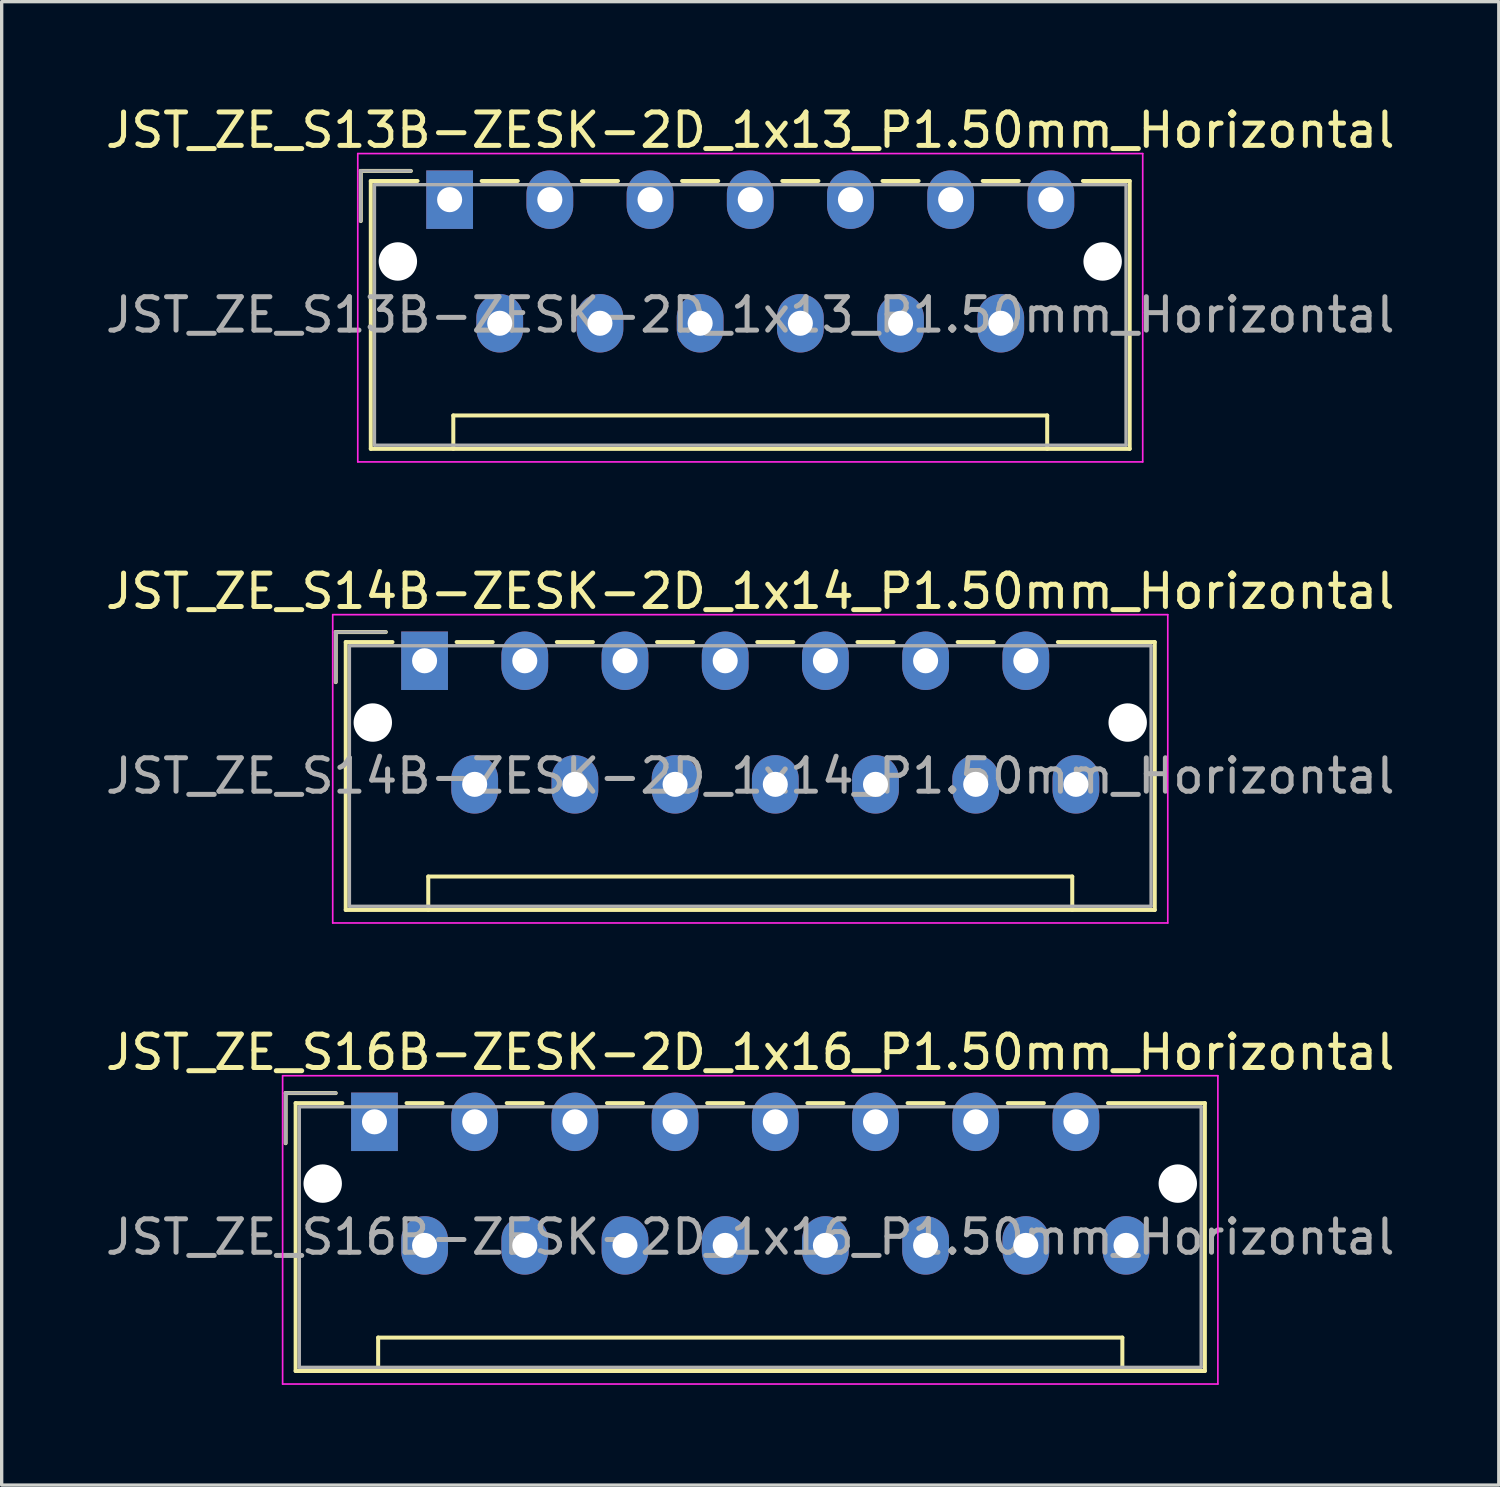
<source format=kicad_pcb>
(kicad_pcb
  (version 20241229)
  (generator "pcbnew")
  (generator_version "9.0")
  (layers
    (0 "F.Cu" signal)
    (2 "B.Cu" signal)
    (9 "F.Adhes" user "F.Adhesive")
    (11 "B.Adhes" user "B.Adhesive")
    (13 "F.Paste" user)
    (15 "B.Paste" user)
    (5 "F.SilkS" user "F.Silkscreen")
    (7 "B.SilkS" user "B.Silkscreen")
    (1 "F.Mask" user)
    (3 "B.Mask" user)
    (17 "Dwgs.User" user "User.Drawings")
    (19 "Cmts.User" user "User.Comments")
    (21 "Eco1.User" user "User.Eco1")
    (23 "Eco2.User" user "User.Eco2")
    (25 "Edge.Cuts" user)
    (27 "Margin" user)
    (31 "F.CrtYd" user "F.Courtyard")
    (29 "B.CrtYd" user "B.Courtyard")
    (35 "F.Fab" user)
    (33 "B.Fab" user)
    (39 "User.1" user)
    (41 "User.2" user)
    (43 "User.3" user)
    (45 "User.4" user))
  (footprint "JST_ZE_S16B-ZESK-2D_1x16_P1.50mm_Horizontal"
    (layer "F.Cu")
    (at 8.161 30.535)
    (property "Reference" "JST_ZE_S16B-ZESK-2D_1x16_P1.50mm_Horizontal" (at 11.25 -2.08 0) (layer "F.SilkS") (effects (font (size 1 1) (thickness 0.15))))
    (attr through_hole)
    (fp_line (start -2.66 -0.86) (end -1.16 -0.86) (stroke (width 0.12) (type solid)) (layer "F.SilkS"))
    (fp_line (start -2.66 0.64) (end -2.66 -0.86) (stroke (width 0.12) (type solid)) (layer "F.SilkS"))
    (fp_line (start -2.36 -0.56) (end -2.36 7.46) (stroke (width 0.12) (type solid)) (layer "F.SilkS"))
    (fp_line (start -2.36 7.46) (end 24.86 7.46) (stroke (width 0.12) (type solid)) (layer "F.SilkS"))
    (fp_line (start -0.96 -0.56) (end -2.36 -0.56) (stroke (width 0.12) (type solid)) (layer "F.SilkS"))
    (fp_line (start 0.11 6.46) (end 22.39 6.46) (stroke (width 0.12) (type solid)) (layer "F.SilkS"))
    (fp_line (start 0.11 7.46) (end 0.11 6.46) (stroke (width 0.12) (type solid)) (layer "F.SilkS"))
    (fp_line (start 0.96 -0.56) (end 2.04 -0.56) (stroke (width 0.12) (type solid)) (layer "F.SilkS"))
    (fp_line (start 3.96 -0.56) (end 5.04 -0.56) (stroke (width 0.12) (type solid)) (layer "F.SilkS"))
    (fp_line (start 6.96 -0.56) (end 8.04 -0.56) (stroke (width 0.12) (type solid)) (layer "F.SilkS"))
    (fp_line (start 9.96 -0.56) (end 11.04 -0.56) (stroke (width 0.12) (type solid)) (layer "F.SilkS"))
    (fp_line (start 12.96 -0.56) (end 14.04 -0.56) (stroke (width 0.12) (type solid)) (layer "F.SilkS"))
    (fp_line (start 15.96 -0.56) (end 17.04 -0.56) (stroke (width 0.12) (type solid)) (layer "F.SilkS"))
    (fp_line (start 18.96 -0.56) (end 20.04 -0.56) (stroke (width 0.12) (type solid)) (layer "F.SilkS"))
    (fp_line (start 22.39 6.46) (end 22.39 7.46) (stroke (width 0.12) (type solid)) (layer "F.SilkS"))
    (fp_line (start 24.86 -0.56) (end 21.96 -0.56) (stroke (width 0.12) (type solid)) (layer "F.SilkS"))
    (fp_line (start 24.86 7.46) (end 24.86 -0.56) (stroke (width 0.12) (type solid)) (layer "F.SilkS"))
    (fp_line (start -2.75 -1.38) (end -2.75 7.85) (stroke (width 0.05) (type solid)) (layer "F.CrtYd"))
    (fp_line (start -2.75 7.85) (end 25.25 7.85) (stroke (width 0.05) (type solid)) (layer "F.CrtYd"))
    (fp_line (start 25.25 -1.38) (end -2.75 -1.38) (stroke (width 0.05) (type solid)) (layer "F.CrtYd"))
    (fp_line (start 25.25 7.85) (end 25.25 -1.38) (stroke (width 0.05) (type solid)) (layer "F.CrtYd"))
    (fp_line (start -2.66 -0.86) (end -1.16 -0.86) (stroke (width 0.1) (type solid)) (layer "F.Fab"))
    (fp_line (start -2.66 0.64) (end -2.66 -0.86) (stroke (width 0.1) (type solid)) (layer "F.Fab"))
    (fp_line (start -2.25 -0.45) (end -2.25 7.35) (stroke (width 0.1) (type solid)) (layer "F.Fab"))
    (fp_line (start -2.25 7.35) (end 24.75 7.35) (stroke (width 0.1) (type solid)) (layer "F.Fab"))
    (fp_line (start 24.75 -0.45) (end -2.25 -0.45) (stroke (width 0.1) (type solid)) (layer "F.Fab"))
    (fp_line (start 24.75 7.35) (end 24.75 -0.45) (stroke (width 0.1) (type solid)) (layer "F.Fab"))
    (fp_text user "${REFERENCE}" (at 11.25 3.45 0) (layer "F.Fab") (effects (font (size 1 1) (thickness 0.15))))
    (pad "" np_thru_hole circle (at -1.55 1.85) (size 1.15 1.15) (drill 1.15) (layers "*.Cu" "*.Mask"))
    (pad "" np_thru_hole circle (at 24.05 1.85) (size 1.15 1.15) (drill 1.15) (layers "*.Cu" "*.Mask"))
    (pad "1" thru_hole rect (at 0 0) (size 1.4 1.75) (drill 0.75) (layers "*.Cu" "*.Mask"))
    (pad "2" thru_hole oval (at 1.5 3.7) (size 1.4 1.75) (drill 0.75) (layers "*.Cu" "*.Mask"))
    (pad "3" thru_hole oval (at 3 0) (size 1.4 1.75) (drill 0.75) (layers "*.Cu" "*.Mask"))
    (pad "4" thru_hole oval (at 4.5 3.7) (size 1.4 1.75) (drill 0.75) (layers "*.Cu" "*.Mask"))
    (pad "5" thru_hole oval (at 6 0) (size 1.4 1.75) (drill 0.75) (layers "*.Cu" "*.Mask"))
    (pad "6" thru_hole oval (at 7.5 3.7) (size 1.4 1.75) (drill 0.75) (layers "*.Cu" "*.Mask"))
    (pad "7" thru_hole oval (at 9 0) (size 1.4 1.75) (drill 0.75) (layers "*.Cu" "*.Mask"))
    (pad "8" thru_hole oval (at 10.5 3.7) (size 1.4 1.75) (drill 0.75) (layers "*.Cu" "*.Mask"))
    (pad "9" thru_hole oval (at 12 0) (size 1.4 1.75) (drill 0.75) (layers "*.Cu" "*.Mask"))
    (pad "10" thru_hole oval (at 13.5 3.7) (size 1.4 1.75) (drill 0.75) (layers "*.Cu" "*.Mask"))
    (pad "11" thru_hole oval (at 15 0) (size 1.4 1.75) (drill 0.75) (layers "*.Cu" "*.Mask"))
    (pad "12" thru_hole oval (at 16.5 3.7) (size 1.4 1.75) (drill 0.75) (layers "*.Cu" "*.Mask"))
    (pad "13" thru_hole oval (at 18 0) (size 1.4 1.75) (drill 0.75) (layers "*.Cu" "*.Mask"))
    (pad "14" thru_hole oval (at 19.5 3.7) (size 1.4 1.75) (drill 0.75) (layers "*.Cu" "*.Mask"))
    (pad "15" thru_hole oval (at 21 0) (size 1.4 1.75) (drill 0.75) (layers "*.Cu" "*.Mask"))
    (pad "16" thru_hole oval (at 22.5 3.7) (size 1.4 1.75) (drill 0.75) (layers "*.Cu" "*.Mask")))
  (footprint "JST_ZE_S13B-ZESK-2D_1x13_P1.50mm_Horizontal"
    (layer "F.Cu")
    (at 10.411 2.928)
    (property "Reference" "JST_ZE_S13B-ZESK-2D_1x13_P1.50mm_Horizontal" (at 9 -2.08 0) (layer "F.SilkS") (effects (font (size 1 1) (thickness 0.15))))
    (attr through_hole)
    (fp_line (start -2.66 -0.86) (end -1.16 -0.86) (stroke (width 0.12) (type solid)) (layer "F.SilkS"))
    (fp_line (start -2.66 0.64) (end -2.66 -0.86) (stroke (width 0.12) (type solid)) (layer "F.SilkS"))
    (fp_line (start -2.36 -0.56) (end -2.36 7.46) (stroke (width 0.12) (type solid)) (layer "F.SilkS"))
    (fp_line (start -2.36 7.46) (end 20.36 7.46) (stroke (width 0.12) (type solid)) (layer "F.SilkS"))
    (fp_line (start -0.96 -0.56) (end -2.36 -0.56) (stroke (width 0.12) (type solid)) (layer "F.SilkS"))
    (fp_line (start 0.11 6.46) (end 17.89 6.46) (stroke (width 0.12) (type solid)) (layer "F.SilkS"))
    (fp_line (start 0.11 7.46) (end 0.11 6.46) (stroke (width 0.12) (type solid)) (layer "F.SilkS"))
    (fp_line (start 0.96 -0.56) (end 2.04 -0.56) (stroke (width 0.12) (type solid)) (layer "F.SilkS"))
    (fp_line (start 3.96 -0.56) (end 5.04 -0.56) (stroke (width 0.12) (type solid)) (layer "F.SilkS"))
    (fp_line (start 6.96 -0.56) (end 8.04 -0.56) (stroke (width 0.12) (type solid)) (layer "F.SilkS"))
    (fp_line (start 9.96 -0.56) (end 11.04 -0.56) (stroke (width 0.12) (type solid)) (layer "F.SilkS"))
    (fp_line (start 12.96 -0.56) (end 14.04 -0.56) (stroke (width 0.12) (type solid)) (layer "F.SilkS"))
    (fp_line (start 15.96 -0.56) (end 17.04 -0.56) (stroke (width 0.12) (type solid)) (layer "F.SilkS"))
    (fp_line (start 17.89 6.46) (end 17.89 7.46) (stroke (width 0.12) (type solid)) (layer "F.SilkS"))
    (fp_line (start 20.36 -0.56) (end 18.96 -0.56) (stroke (width 0.12) (type solid)) (layer "F.SilkS"))
    (fp_line (start 20.36 7.46) (end 20.36 -0.56) (stroke (width 0.12) (type solid)) (layer "F.SilkS"))
    (fp_line (start -2.75 -1.38) (end -2.75 7.85) (stroke (width 0.05) (type solid)) (layer "F.CrtYd"))
    (fp_line (start -2.75 7.85) (end 20.75 7.85) (stroke (width 0.05) (type solid)) (layer "F.CrtYd"))
    (fp_line (start 20.75 -1.38) (end -2.75 -1.38) (stroke (width 0.05) (type solid)) (layer "F.CrtYd"))
    (fp_line (start 20.75 7.85) (end 20.75 -1.38) (stroke (width 0.05) (type solid)) (layer "F.CrtYd"))
    (fp_line (start -2.66 -0.86) (end -1.16 -0.86) (stroke (width 0.1) (type solid)) (layer "F.Fab"))
    (fp_line (start -2.66 0.64) (end -2.66 -0.86) (stroke (width 0.1) (type solid)) (layer "F.Fab"))
    (fp_line (start -2.25 -0.45) (end -2.25 7.35) (stroke (width 0.1) (type solid)) (layer "F.Fab"))
    (fp_line (start -2.25 7.35) (end 20.25 7.35) (stroke (width 0.1) (type solid)) (layer "F.Fab"))
    (fp_line (start 20.25 -0.45) (end -2.25 -0.45) (stroke (width 0.1) (type solid)) (layer "F.Fab"))
    (fp_line (start 20.25 7.35) (end 20.25 -0.45) (stroke (width 0.1) (type solid)) (layer "F.Fab"))
    (fp_text user "${REFERENCE}" (at 9 3.45 0) (layer "F.Fab") (effects (font (size 1 1) (thickness 0.15))))
    (pad "" np_thru_hole circle (at -1.55 1.85) (size 1.15 1.15) (drill 1.15) (layers "*.Cu" "*.Mask"))
    (pad "" np_thru_hole circle (at 19.55 1.85) (size 1.15 1.15) (drill 1.15) (layers "*.Cu" "*.Mask"))
    (pad "1" thru_hole rect (at 0 0) (size 1.4 1.75) (drill 0.75) (layers "*.Cu" "*.Mask"))
    (pad "2" thru_hole oval (at 1.5 3.7) (size 1.4 1.75) (drill 0.75) (layers "*.Cu" "*.Mask"))
    (pad "3" thru_hole oval (at 3 0) (size 1.4 1.75) (drill 0.75) (layers "*.Cu" "*.Mask"))
    (pad "4" thru_hole oval (at 4.5 3.7) (size 1.4 1.75) (drill 0.75) (layers "*.Cu" "*.Mask"))
    (pad "5" thru_hole oval (at 6 0) (size 1.4 1.75) (drill 0.75) (layers "*.Cu" "*.Mask"))
    (pad "6" thru_hole oval (at 7.5 3.7) (size 1.4 1.75) (drill 0.75) (layers "*.Cu" "*.Mask"))
    (pad "7" thru_hole oval (at 9 0) (size 1.4 1.75) (drill 0.75) (layers "*.Cu" "*.Mask"))
    (pad "8" thru_hole oval (at 10.5 3.7) (size 1.4 1.75) (drill 0.75) (layers "*.Cu" "*.Mask"))
    (pad "9" thru_hole oval (at 12 0) (size 1.4 1.75) (drill 0.75) (layers "*.Cu" "*.Mask"))
    (pad "10" thru_hole oval (at 13.5 3.7) (size 1.4 1.75) (drill 0.75) (layers "*.Cu" "*.Mask"))
    (pad "11" thru_hole oval (at 15 0) (size 1.4 1.75) (drill 0.75) (layers "*.Cu" "*.Mask"))
    (pad "12" thru_hole oval (at 16.5 3.7) (size 1.4 1.75) (drill 0.75) (layers "*.Cu" "*.Mask"))
    (pad "13" thru_hole oval (at 18 0) (size 1.4 1.75) (drill 0.75) (layers "*.Cu" "*.Mask")))
  (footprint "JST_ZE_S14B-ZESK-2D_1x14_P1.50mm_Horizontal"
    (layer "F.Cu")
    (at 9.661 16.732)
    (property "Reference" "JST_ZE_S14B-ZESK-2D_1x14_P1.50mm_Horizontal" (at 9.75 -2.08 0) (layer "F.SilkS") (effects (font (size 1 1) (thickness 0.15))))
    (attr through_hole)
    (fp_line (start -2.66 -0.86) (end -1.16 -0.86) (stroke (width 0.12) (type solid)) (layer "F.SilkS"))
    (fp_line (start -2.66 0.64) (end -2.66 -0.86) (stroke (width 0.12) (type solid)) (layer "F.SilkS"))
    (fp_line (start -2.36 -0.56) (end -2.36 7.46) (stroke (width 0.12) (type solid)) (layer "F.SilkS"))
    (fp_line (start -2.36 7.46) (end 21.86 7.46) (stroke (width 0.12) (type solid)) (layer "F.SilkS"))
    (fp_line (start -0.96 -0.56) (end -2.36 -0.56) (stroke (width 0.12) (type solid)) (layer "F.SilkS"))
    (fp_line (start 0.11 6.46) (end 19.39 6.46) (stroke (width 0.12) (type solid)) (layer "F.SilkS"))
    (fp_line (start 0.11 7.46) (end 0.11 6.46) (stroke (width 0.12) (type solid)) (layer "F.SilkS"))
    (fp_line (start 0.96 -0.56) (end 2.04 -0.56) (stroke (width 0.12) (type solid)) (layer "F.SilkS"))
    (fp_line (start 3.96 -0.56) (end 5.04 -0.56) (stroke (width 0.12) (type solid)) (layer "F.SilkS"))
    (fp_line (start 6.96 -0.56) (end 8.04 -0.56) (stroke (width 0.12) (type solid)) (layer "F.SilkS"))
    (fp_line (start 9.96 -0.56) (end 11.04 -0.56) (stroke (width 0.12) (type solid)) (layer "F.SilkS"))
    (fp_line (start 12.96 -0.56) (end 14.04 -0.56) (stroke (width 0.12) (type solid)) (layer "F.SilkS"))
    (fp_line (start 15.96 -0.56) (end 17.04 -0.56) (stroke (width 0.12) (type solid)) (layer "F.SilkS"))
    (fp_line (start 19.39 6.46) (end 19.39 7.46) (stroke (width 0.12) (type solid)) (layer "F.SilkS"))
    (fp_line (start 21.86 -0.56) (end 18.96 -0.56) (stroke (width 0.12) (type solid)) (layer "F.SilkS"))
    (fp_line (start 21.86 7.46) (end 21.86 -0.56) (stroke (width 0.12) (type solid)) (layer "F.SilkS"))
    (fp_line (start -2.75 -1.38) (end -2.75 7.85) (stroke (width 0.05) (type solid)) (layer "F.CrtYd"))
    (fp_line (start -2.75 7.85) (end 22.25 7.85) (stroke (width 0.05) (type solid)) (layer "F.CrtYd"))
    (fp_line (start 22.25 -1.38) (end -2.75 -1.38) (stroke (width 0.05) (type solid)) (layer "F.CrtYd"))
    (fp_line (start 22.25 7.85) (end 22.25 -1.38) (stroke (width 0.05) (type solid)) (layer "F.CrtYd"))
    (fp_line (start -2.66 -0.86) (end -1.16 -0.86) (stroke (width 0.1) (type solid)) (layer "F.Fab"))
    (fp_line (start -2.66 0.64) (end -2.66 -0.86) (stroke (width 0.1) (type solid)) (layer "F.Fab"))
    (fp_line (start -2.25 -0.45) (end -2.25 7.35) (stroke (width 0.1) (type solid)) (layer "F.Fab"))
    (fp_line (start -2.25 7.35) (end 21.75 7.35) (stroke (width 0.1) (type solid)) (layer "F.Fab"))
    (fp_line (start 21.75 -0.45) (end -2.25 -0.45) (stroke (width 0.1) (type solid)) (layer "F.Fab"))
    (fp_line (start 21.75 7.35) (end 21.75 -0.45) (stroke (width 0.1) (type solid)) (layer "F.Fab"))
    (fp_text user "${REFERENCE}" (at 9.75 3.45 0) (layer "F.Fab") (effects (font (size 1 1) (thickness 0.15))))
    (pad "" np_thru_hole circle (at -1.55 1.85) (size 1.15 1.15) (drill 1.15) (layers "*.Cu" "*.Mask"))
    (pad "" np_thru_hole circle (at 21.05 1.85) (size 1.15 1.15) (drill 1.15) (layers "*.Cu" "*.Mask"))
    (pad "1" thru_hole rect (at 0 0) (size 1.4 1.75) (drill 0.75) (layers "*.Cu" "*.Mask"))
    (pad "2" thru_hole oval (at 1.5 3.7) (size 1.4 1.75) (drill 0.75) (layers "*.Cu" "*.Mask"))
    (pad "3" thru_hole oval (at 3 0) (size 1.4 1.75) (drill 0.75) (layers "*.Cu" "*.Mask"))
    (pad "4" thru_hole oval (at 4.5 3.7) (size 1.4 1.75) (drill 0.75) (layers "*.Cu" "*.Mask"))
    (pad "5" thru_hole oval (at 6 0) (size 1.4 1.75) (drill 0.75) (layers "*.Cu" "*.Mask"))
    (pad "6" thru_hole oval (at 7.5 3.7) (size 1.4 1.75) (drill 0.75) (layers "*.Cu" "*.Mask"))
    (pad "7" thru_hole oval (at 9 0) (size 1.4 1.75) (drill 0.75) (layers "*.Cu" "*.Mask"))
    (pad "8" thru_hole oval (at 10.5 3.7) (size 1.4 1.75) (drill 0.75) (layers "*.Cu" "*.Mask"))
    (pad "9" thru_hole oval (at 12 0) (size 1.4 1.75) (drill 0.75) (layers "*.Cu" "*.Mask"))
    (pad "10" thru_hole oval (at 13.5 3.7) (size 1.4 1.75) (drill 0.75) (layers "*.Cu" "*.Mask"))
    (pad "11" thru_hole oval (at 15 0) (size 1.4 1.75) (drill 0.75) (layers "*.Cu" "*.Mask"))
    (pad "12" thru_hole oval (at 16.5 3.7) (size 1.4 1.75) (drill 0.75) (layers "*.Cu" "*.Mask"))
    (pad "13" thru_hole oval (at 18 0) (size 1.4 1.75) (drill 0.75) (layers "*.Cu" "*.Mask"))
    (pad "14" thru_hole oval (at 19.5 3.7) (size 1.4 1.75) (drill 0.75) (layers "*.Cu" "*.Mask")))
  (gr_rect
    (start -3 -3)
    (end 41.821 41.41)
    (stroke (width 0.1) (type default))
    (fill no)
    (layer "Edge.Cuts")))
</source>
